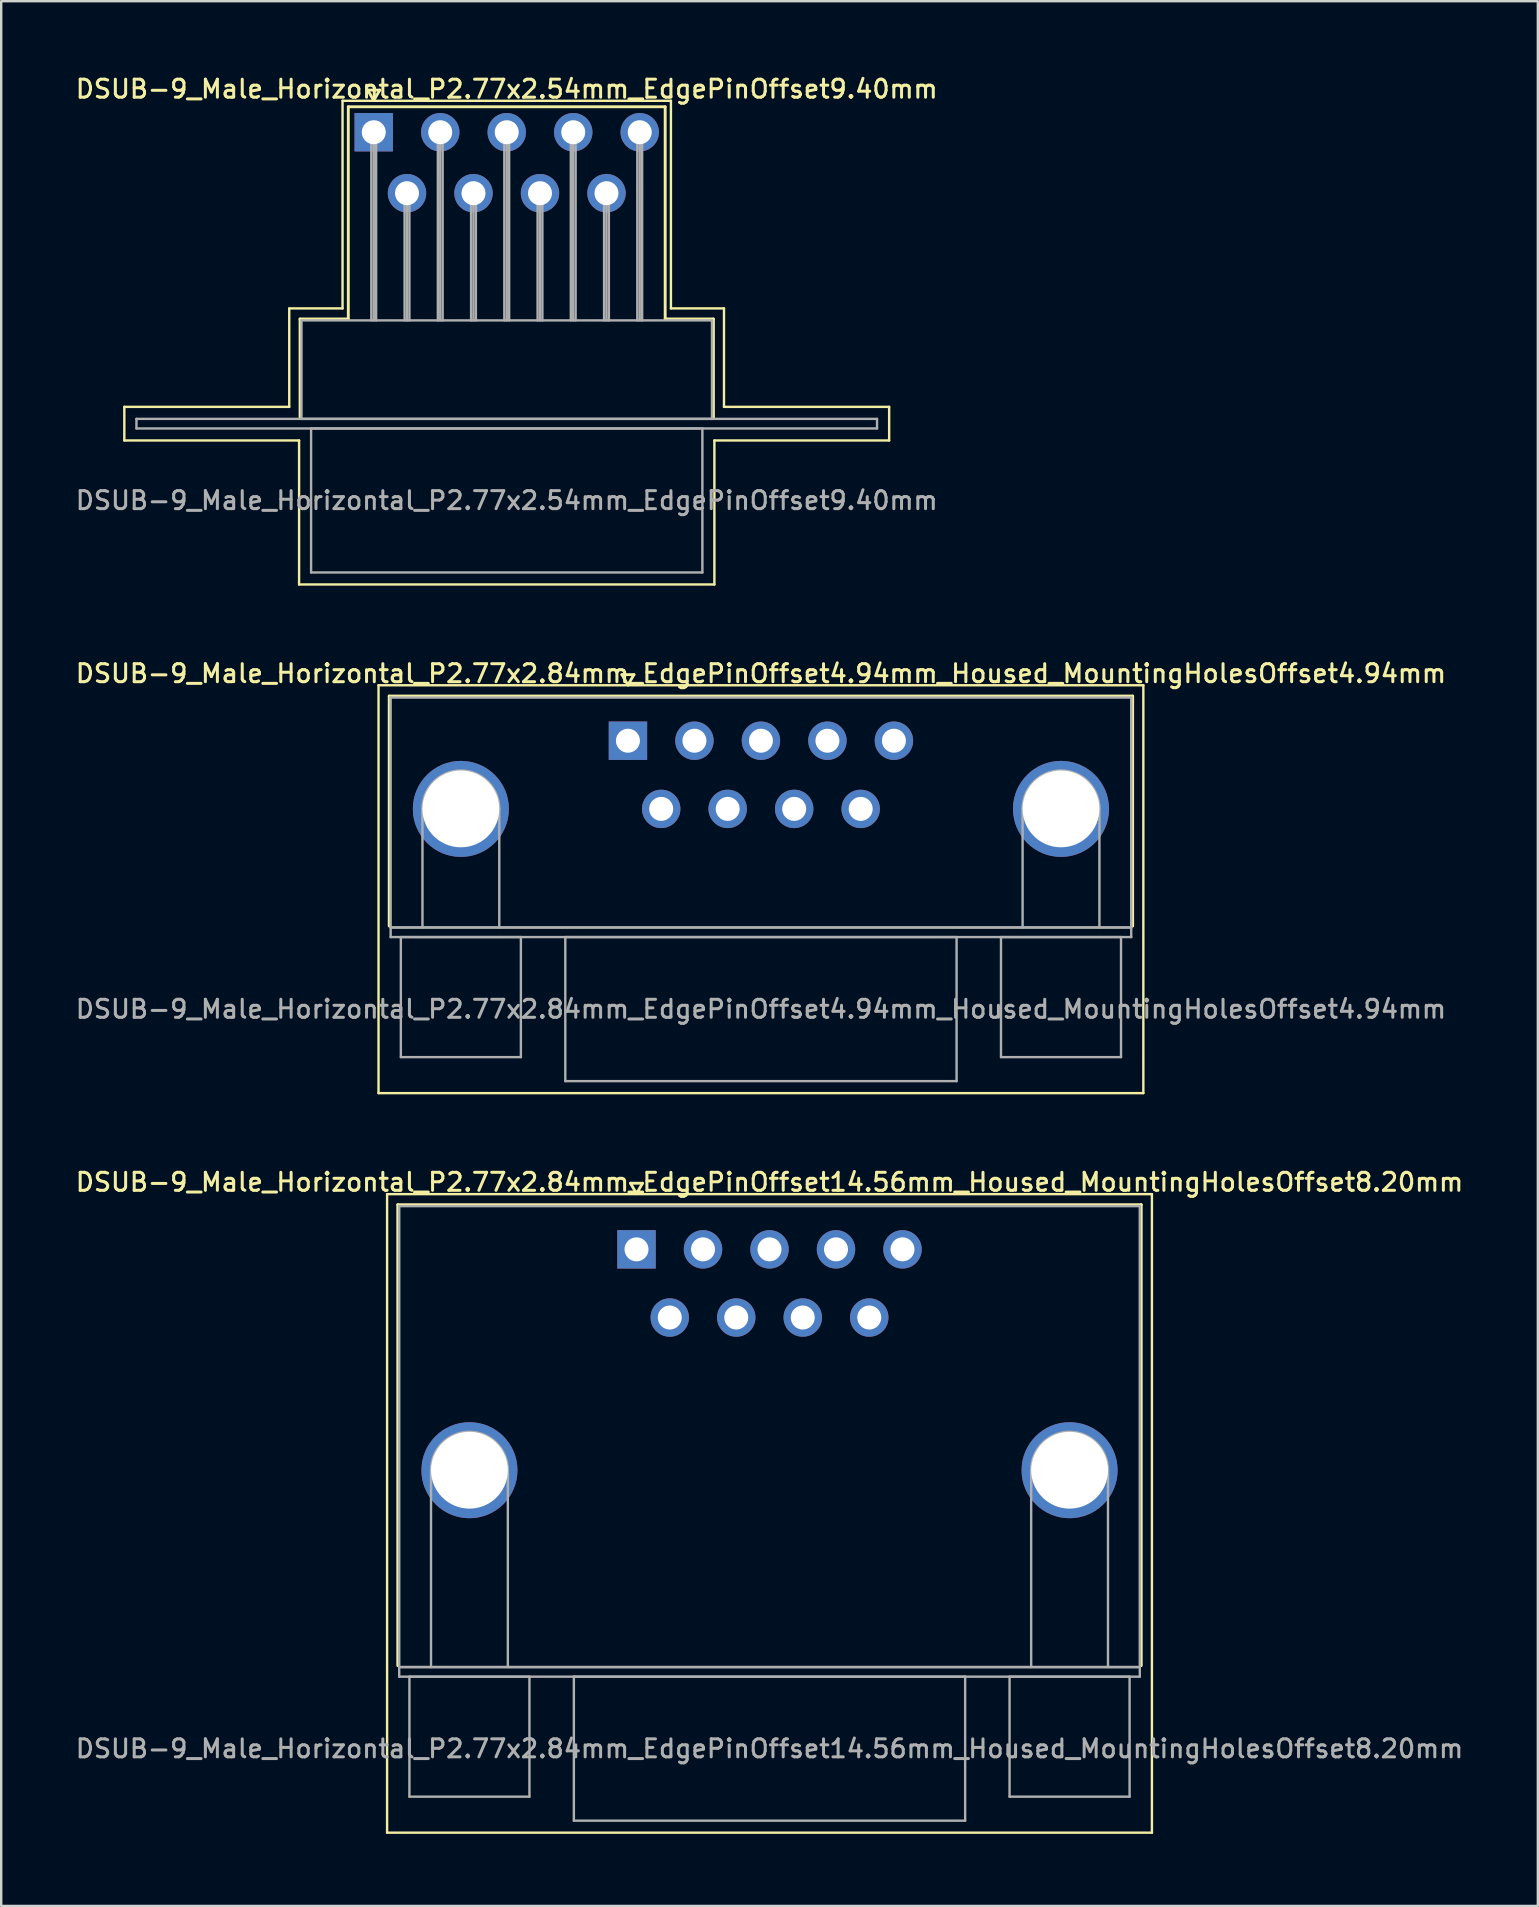
<source format=kicad_pcb>
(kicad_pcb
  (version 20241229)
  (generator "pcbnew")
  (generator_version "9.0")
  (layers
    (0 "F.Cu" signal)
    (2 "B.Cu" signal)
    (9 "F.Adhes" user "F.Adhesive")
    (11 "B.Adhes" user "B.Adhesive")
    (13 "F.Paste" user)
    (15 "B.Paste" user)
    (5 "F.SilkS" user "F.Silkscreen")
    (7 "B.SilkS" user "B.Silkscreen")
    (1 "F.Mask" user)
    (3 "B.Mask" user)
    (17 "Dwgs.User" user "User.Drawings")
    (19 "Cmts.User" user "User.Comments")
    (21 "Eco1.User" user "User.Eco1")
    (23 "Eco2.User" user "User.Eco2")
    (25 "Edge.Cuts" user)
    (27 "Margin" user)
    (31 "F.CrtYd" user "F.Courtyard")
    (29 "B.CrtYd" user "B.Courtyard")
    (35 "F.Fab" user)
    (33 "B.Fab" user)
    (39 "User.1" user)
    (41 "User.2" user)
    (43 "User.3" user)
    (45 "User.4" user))
  (footprint "DSUB-9_Male_Horizontal_P2.77x2.84mm_EdgePinOffset4.94mm_Housed_MountingHolesOffset4.94mm"
    (layer "F.Cu")
    (at 23.108 27.806)
    (property "Reference" "DSUB-9_Male_Horizontal_P2.77x2.84mm_EdgePinOffset4.94mm_Housed_MountingHolesOffset4.94mm" (at 5.54 -2.8 0) (layer "F.SilkS") (effects (font (size 0.75 0.75) (thickness 0.125))))
    (attr through_hole)
    (fp_line (start -10.39 -2.31) (end -10.39 14.68) (stroke (width 0.1) (type solid)) (layer "F.SilkS"))
    (fp_line (start -10.39 14.68) (end 21.47 14.68) (stroke (width 0.1) (type solid)) (layer "F.SilkS"))
    (fp_line (start -9.945 -1.86) (end 21.025 -1.86) (stroke (width 0.12) (type solid)) (layer "F.SilkS"))
    (fp_line (start -9.945 7.72) (end -9.945 -1.86) (stroke (width 0.12) (type solid)) (layer "F.SilkS"))
    (fp_line (start -0.25 -2.754) (end 0.25 -2.754) (stroke (width 0.12) (type solid)) (layer "F.SilkS"))
    (fp_line (start 0 -2.321) (end -0.25 -2.754) (stroke (width 0.12) (type solid)) (layer "F.SilkS"))
    (fp_line (start 0.25 -2.754) (end 0 -2.321) (stroke (width 0.12) (type solid)) (layer "F.SilkS"))
    (fp_line (start 21.025 -1.86) (end 21.025 7.72) (stroke (width 0.12) (type solid)) (layer "F.SilkS"))
    (fp_line (start 21.47 -2.31) (end -10.39 -2.31) (stroke (width 0.1) (type solid)) (layer "F.SilkS"))
    (fp_line (start 21.47 14.68) (end 21.47 -2.31) (stroke (width 0.1) (type solid)) (layer "F.SilkS"))
    (fp_line (start -9.885 -1.8) (end -9.885 7.78) (stroke (width 0.1) (type solid)) (layer "F.Fab"))
    (fp_line (start -9.885 7.78) (end -9.885 8.18) (stroke (width 0.1) (type solid)) (layer "F.Fab"))
    (fp_line (start -9.885 7.78) (end 20.965 7.78) (stroke (width 0.1) (type solid)) (layer "F.Fab"))
    (fp_line (start -9.885 8.18) (end 20.965 8.18) (stroke (width 0.1) (type solid)) (layer "F.Fab"))
    (fp_line (start -9.46 8.18) (end -9.46 13.18) (stroke (width 0.1) (type solid)) (layer "F.Fab"))
    (fp_line (start -9.46 13.18) (end -4.46 13.18) (stroke (width 0.1) (type solid)) (layer "F.Fab"))
    (fp_line (start -8.56 7.78) (end -8.56 2.84) (stroke (width 0.1) (type solid)) (layer "F.Fab"))
    (fp_line (start -5.36 7.78) (end -5.36 2.84) (stroke (width 0.1) (type solid)) (layer "F.Fab"))
    (fp_line (start -4.46 8.18) (end -9.46 8.18) (stroke (width 0.1) (type solid)) (layer "F.Fab"))
    (fp_line (start -4.46 13.18) (end -4.46 8.18) (stroke (width 0.1) (type solid)) (layer "F.Fab"))
    (fp_line (start -2.61 8.18) (end -2.61 14.18) (stroke (width 0.1) (type solid)) (layer "F.Fab"))
    (fp_line (start -2.61 14.18) (end 13.69 14.18) (stroke (width 0.1) (type solid)) (layer "F.Fab"))
    (fp_line (start 13.69 8.18) (end -2.61 8.18) (stroke (width 0.1) (type solid)) (layer "F.Fab"))
    (fp_line (start 13.69 14.18) (end 13.69 8.18) (stroke (width 0.1) (type solid)) (layer "F.Fab"))
    (fp_line (start 15.54 8.18) (end 15.54 13.18) (stroke (width 0.1) (type solid)) (layer "F.Fab"))
    (fp_line (start 15.54 13.18) (end 20.54 13.18) (stroke (width 0.1) (type solid)) (layer "F.Fab"))
    (fp_line (start 16.44 7.78) (end 16.44 2.84) (stroke (width 0.1) (type solid)) (layer "F.Fab"))
    (fp_line (start 19.64 7.78) (end 19.64 2.84) (stroke (width 0.1) (type solid)) (layer "F.Fab"))
    (fp_line (start 20.54 8.18) (end 15.54 8.18) (stroke (width 0.1) (type solid)) (layer "F.Fab"))
    (fp_line (start 20.54 13.18) (end 20.54 8.18) (stroke (width 0.1) (type solid)) (layer "F.Fab"))
    (fp_line (start 20.965 -1.8) (end -9.885 -1.8) (stroke (width 0.1) (type solid)) (layer "F.Fab"))
    (fp_line (start 20.965 7.78) (end -9.885 7.78) (stroke (width 0.1) (type solid)) (layer "F.Fab"))
    (fp_line (start 20.965 7.78) (end 20.965 -1.8) (stroke (width 0.1) (type solid)) (layer "F.Fab"))
    (fp_line (start 20.965 8.18) (end 20.965 7.78) (stroke (width 0.1) (type solid)) (layer "F.Fab"))
    (fp_arc (start -8.56 2.84) (mid -6.96 1.24) (end -5.36 2.84) (stroke (width 0.1) (type solid)) (layer "F.Fab"))
    (fp_arc (start 16.44 2.84) (mid 18.04 1.24) (end 19.64 2.84) (stroke (width 0.1) (type solid)) (layer "F.Fab"))
    (fp_text user "${REFERENCE}" (at 5.54 11.18 0) (layer "F.Fab") (effects (font (size 0.75 0.75) (thickness 0.125))))
    (pad "0" thru_hole circle (at -6.96 2.84) (size 4 4) (drill 3.2) (layers "*.Cu" "*.Mask"))
    (pad "0" thru_hole circle (at 18.04 2.84) (size 4 4) (drill 3.2) (layers "*.Cu" "*.Mask"))
    (pad "1" thru_hole rect (at 0 0) (size 1.6 1.6) (drill 1) (layers "*.Cu" "*.Mask"))
    (pad "2" thru_hole circle (at 2.77 0) (size 1.6 1.6) (drill 1) (layers "*.Cu" "*.Mask"))
    (pad "3" thru_hole circle (at 5.54 0) (size 1.6 1.6) (drill 1) (layers "*.Cu" "*.Mask"))
    (pad "4" thru_hole circle (at 8.31 0) (size 1.6 1.6) (drill 1) (layers "*.Cu" "*.Mask"))
    (pad "5" thru_hole circle (at 11.08 0) (size 1.6 1.6) (drill 1) (layers "*.Cu" "*.Mask"))
    (pad "6" thru_hole circle (at 1.385 2.84) (size 1.6 1.6) (drill 1) (layers "*.Cu" "*.Mask"))
    (pad "7" thru_hole circle (at 4.155 2.84) (size 1.6 1.6) (drill 1) (layers "*.Cu" "*.Mask"))
    (pad "8" thru_hole circle (at 6.925 2.84) (size 1.6 1.6) (drill 1) (layers "*.Cu" "*.Mask"))
    (pad "9" thru_hole circle (at 9.695 2.84) (size 1.6 1.6) (drill 1) (layers "*.Cu" "*.Mask")))
  (footprint "DSUB-9_Male_Horizontal_P2.77x2.84mm_EdgePinOffset14.56mm_Housed_MountingHolesOffset8.20mm"
    (layer "F.Cu")
    (at 23.465 48.994)
    (property "Reference" "DSUB-9_Male_Horizontal_P2.77x2.84mm_EdgePinOffset14.56mm_Housed_MountingHolesOffset8.20mm" (at 5.54 -2.8 0) (layer "F.SilkS") (effects (font (size 0.75 0.75) (thickness 0.125))))
    (attr through_hole)
    (fp_line (start -10.39 -2.3) (end -10.39 24.3) (stroke (width 0.1) (type solid)) (layer "F.SilkS"))
    (fp_line (start -10.39 24.3) (end 21.47 24.3) (stroke (width 0.1) (type solid)) (layer "F.SilkS"))
    (fp_line (start -9.945 -1.86) (end 21.025 -1.86) (stroke (width 0.12) (type solid)) (layer "F.SilkS"))
    (fp_line (start -9.945 17.34) (end -9.945 -1.86) (stroke (width 0.12) (type solid)) (layer "F.SilkS"))
    (fp_line (start -0.25 -2.754) (end 0.25 -2.754) (stroke (width 0.12) (type solid)) (layer "F.SilkS"))
    (fp_line (start 0 -2.321) (end -0.25 -2.754) (stroke (width 0.12) (type solid)) (layer "F.SilkS"))
    (fp_line (start 0.25 -2.754) (end 0 -2.321) (stroke (width 0.12) (type solid)) (layer "F.SilkS"))
    (fp_line (start 21.025 -1.86) (end 21.025 17.34) (stroke (width 0.12) (type solid)) (layer "F.SilkS"))
    (fp_line (start 21.47 -2.3) (end -10.39 -2.3) (stroke (width 0.1) (type solid)) (layer "F.SilkS"))
    (fp_line (start 21.47 24.3) (end 21.47 -2.3) (stroke (width 0.1) (type solid)) (layer "F.SilkS"))
    (fp_line (start -9.885 -1.8) (end -9.885 17.4) (stroke (width 0.1) (type solid)) (layer "F.Fab"))
    (fp_line (start -9.885 17.4) (end -9.885 17.8) (stroke (width 0.1) (type solid)) (layer "F.Fab"))
    (fp_line (start -9.885 17.4) (end 20.965 17.4) (stroke (width 0.1) (type solid)) (layer "F.Fab"))
    (fp_line (start -9.885 17.8) (end 20.965 17.8) (stroke (width 0.1) (type solid)) (layer "F.Fab"))
    (fp_line (start -9.46 17.8) (end -9.46 22.8) (stroke (width 0.1) (type solid)) (layer "F.Fab"))
    (fp_line (start -9.46 22.8) (end -4.46 22.8) (stroke (width 0.1) (type solid)) (layer "F.Fab"))
    (fp_line (start -8.56 17.4) (end -8.56 9.2) (stroke (width 0.1) (type solid)) (layer "F.Fab"))
    (fp_line (start -5.36 17.4) (end -5.36 9.2) (stroke (width 0.1) (type solid)) (layer "F.Fab"))
    (fp_line (start -4.46 17.8) (end -9.46 17.8) (stroke (width 0.1) (type solid)) (layer "F.Fab"))
    (fp_line (start -4.46 22.8) (end -4.46 17.8) (stroke (width 0.1) (type solid)) (layer "F.Fab"))
    (fp_line (start -2.61 17.8) (end -2.61 23.8) (stroke (width 0.1) (type solid)) (layer "F.Fab"))
    (fp_line (start -2.61 23.8) (end 13.69 23.8) (stroke (width 0.1) (type solid)) (layer "F.Fab"))
    (fp_line (start 13.69 17.8) (end -2.61 17.8) (stroke (width 0.1) (type solid)) (layer "F.Fab"))
    (fp_line (start 13.69 23.8) (end 13.69 17.8) (stroke (width 0.1) (type solid)) (layer "F.Fab"))
    (fp_line (start 15.54 17.8) (end 15.54 22.8) (stroke (width 0.1) (type solid)) (layer "F.Fab"))
    (fp_line (start 15.54 22.8) (end 20.54 22.8) (stroke (width 0.1) (type solid)) (layer "F.Fab"))
    (fp_line (start 16.44 17.4) (end 16.44 9.2) (stroke (width 0.1) (type solid)) (layer "F.Fab"))
    (fp_line (start 19.64 17.4) (end 19.64 9.2) (stroke (width 0.1) (type solid)) (layer "F.Fab"))
    (fp_line (start 20.54 17.8) (end 15.54 17.8) (stroke (width 0.1) (type solid)) (layer "F.Fab"))
    (fp_line (start 20.54 22.8) (end 20.54 17.8) (stroke (width 0.1) (type solid)) (layer "F.Fab"))
    (fp_line (start 20.965 -1.8) (end -9.885 -1.8) (stroke (width 0.1) (type solid)) (layer "F.Fab"))
    (fp_line (start 20.965 17.4) (end -9.885 17.4) (stroke (width 0.1) (type solid)) (layer "F.Fab"))
    (fp_line (start 20.965 17.4) (end 20.965 -1.8) (stroke (width 0.1) (type solid)) (layer "F.Fab"))
    (fp_line (start 20.965 17.8) (end 20.965 17.4) (stroke (width 0.1) (type solid)) (layer "F.Fab"))
    (fp_arc (start -8.56 9.2) (mid -6.96 7.6) (end -5.36 9.2) (stroke (width 0.1) (type solid)) (layer "F.Fab"))
    (fp_arc (start 16.44 9.2) (mid 18.04 7.6) (end 19.64 9.2) (stroke (width 0.1) (type solid)) (layer "F.Fab"))
    (fp_text user "${REFERENCE}" (at 5.54 20.8 0) (layer "F.Fab") (effects (font (size 0.75 0.75) (thickness 0.125))))
    (pad "0" thru_hole circle (at -6.96 9.2) (size 4 4) (drill 3.2) (layers "*.Cu" "*.Mask"))
    (pad "0" thru_hole circle (at 18.04 9.2) (size 4 4) (drill 3.2) (layers "*.Cu" "*.Mask"))
    (pad "1" thru_hole rect (at 0 0) (size 1.6 1.6) (drill 1) (layers "*.Cu" "*.Mask"))
    (pad "2" thru_hole circle (at 2.77 0) (size 1.6 1.6) (drill 1) (layers "*.Cu" "*.Mask"))
    (pad "3" thru_hole circle (at 5.54 0) (size 1.6 1.6) (drill 1) (layers "*.Cu" "*.Mask"))
    (pad "4" thru_hole circle (at 8.31 0) (size 1.6 1.6) (drill 1) (layers "*.Cu" "*.Mask"))
    (pad "5" thru_hole circle (at 11.08 0) (size 1.6 1.6) (drill 1) (layers "*.Cu" "*.Mask"))
    (pad "6" thru_hole circle (at 1.385 2.84) (size 1.6 1.6) (drill 1) (layers "*.Cu" "*.Mask"))
    (pad "7" thru_hole circle (at 4.155 2.84) (size 1.6 1.6) (drill 1) (layers "*.Cu" "*.Mask"))
    (pad "8" thru_hole circle (at 6.925 2.84) (size 1.6 1.6) (drill 1) (layers "*.Cu" "*.Mask"))
    (pad "9" thru_hole circle (at 9.695 2.84) (size 1.6 1.6) (drill 1) (layers "*.Cu" "*.Mask")))
  (footprint "DSUB-9_Male_Horizontal_P2.77x2.54mm_EdgePinOffset9.40mm"
    (layer "F.Cu")
    (at 12.519 2.458)
    (property "Reference" "DSUB-9_Male_Horizontal_P2.77x2.54mm_EdgePinOffset9.40mm" (at 5.54 -1.8 0) (layer "F.SilkS") (effects (font (size 0.75 0.75) (thickness 0.125))))
    (attr through_hole)
    (fp_line (start -10.39 11.44) (end -3.52 11.44) (stroke (width 0.1) (type solid)) (layer "F.SilkS"))
    (fp_line (start -10.39 12.84) (end -10.39 11.44) (stroke (width 0.1) (type solid)) (layer "F.SilkS"))
    (fp_line (start -3.52 7.34) (end -1.3 7.34) (stroke (width 0.1) (type solid)) (layer "F.SilkS"))
    (fp_line (start -3.52 11.44) (end -3.52 7.34) (stroke (width 0.1) (type solid)) (layer "F.SilkS"))
    (fp_line (start -3.11 12.84) (end -10.39 12.84) (stroke (width 0.1) (type solid)) (layer "F.SilkS"))
    (fp_line (start -3.11 18.84) (end -3.11 12.84) (stroke (width 0.1) (type solid)) (layer "F.SilkS"))
    (fp_line (start -3.07 7.78) (end -1.06 7.78) (stroke (width 0.12) (type solid)) (layer "F.SilkS"))
    (fp_line (start -3.07 11.88) (end -3.07 7.78) (stroke (width 0.12) (type solid)) (layer "F.SilkS"))
    (fp_line (start -1.3 -1.31) (end 12.38 -1.31) (stroke (width 0.1) (type solid)) (layer "F.SilkS"))
    (fp_line (start -1.3 7.34) (end -1.3 -1.31) (stroke (width 0.1) (type solid)) (layer "F.SilkS"))
    (fp_line (start -1.06 -1.06) (end 12.14 -1.06) (stroke (width 0.12) (type solid)) (layer "F.SilkS"))
    (fp_line (start -1.06 7.78) (end -1.06 -1.06) (stroke (width 0.12) (type solid)) (layer "F.SilkS"))
    (fp_line (start -0.25 -1.754) (end 0.25 -1.754) (stroke (width 0.12) (type solid)) (layer "F.SilkS"))
    (fp_line (start 0 -1.321) (end -0.25 -1.754) (stroke (width 0.12) (type solid)) (layer "F.SilkS"))
    (fp_line (start 0.25 -1.754) (end 0 -1.321) (stroke (width 0.12) (type solid)) (layer "F.SilkS"))
    (fp_line (start 12.14 -1.06) (end 12.14 7.78) (stroke (width 0.12) (type solid)) (layer "F.SilkS"))
    (fp_line (start 12.14 7.78) (end 14.15 7.78) (stroke (width 0.12) (type solid)) (layer "F.SilkS"))
    (fp_line (start 12.38 -1.31) (end 12.38 7.34) (stroke (width 0.1) (type solid)) (layer "F.SilkS"))
    (fp_line (start 12.38 7.34) (end 14.59 7.34) (stroke (width 0.1) (type solid)) (layer "F.SilkS"))
    (fp_line (start 14.15 7.78) (end 14.15 11.88) (stroke (width 0.12) (type solid)) (layer "F.SilkS"))
    (fp_line (start 14.19 12.84) (end 14.19 18.84) (stroke (width 0.1) (type solid)) (layer "F.SilkS"))
    (fp_line (start 14.19 18.84) (end -3.11 18.84) (stroke (width 0.1) (type solid)) (layer "F.SilkS"))
    (fp_line (start 14.59 7.34) (end 14.59 11.44) (stroke (width 0.1) (type solid)) (layer "F.SilkS"))
    (fp_line (start 14.59 11.44) (end 21.47 11.44) (stroke (width 0.1) (type solid)) (layer "F.SilkS"))
    (fp_line (start 21.47 11.44) (end 21.47 12.84) (stroke (width 0.1) (type solid)) (layer "F.SilkS"))
    (fp_line (start 21.47 12.84) (end 14.19 12.84) (stroke (width 0.1) (type solid)) (layer "F.SilkS"))
    (fp_line (start -9.885 11.94) (end -9.885 12.34) (stroke (width 0.1) (type solid)) (layer "F.Fab"))
    (fp_line (start -9.885 12.34) (end 20.965 12.34) (stroke (width 0.1) (type solid)) (layer "F.Fab"))
    (fp_line (start -3.01 7.84) (end -3.01 11.94) (stroke (width 0.1) (type solid)) (layer "F.Fab"))
    (fp_line (start -3.01 11.94) (end 14.09 11.94) (stroke (width 0.1) (type solid)) (layer "F.Fab"))
    (fp_line (start -2.61 12.34) (end -2.61 18.34) (stroke (width 0.1) (type solid)) (layer "F.Fab"))
    (fp_line (start -2.61 18.34) (end 13.69 18.34) (stroke (width 0.1) (type solid)) (layer "F.Fab"))
    (fp_line (start -0.1 0) (end -0.1 7.84) (stroke (width 0.1) (type solid)) (layer "F.Fab"))
    (fp_line (start 0 0) (end 0 7.84) (stroke (width 0.1) (type solid)) (layer "F.Fab"))
    (fp_line (start 0.1 0) (end 0.1 7.84) (stroke (width 0.1) (type solid)) (layer "F.Fab"))
    (fp_line (start 1.285 2.54) (end 1.285 7.84) (stroke (width 0.1) (type solid)) (layer "F.Fab"))
    (fp_line (start 1.385 2.54) (end 1.385 7.84) (stroke (width 0.1) (type solid)) (layer "F.Fab"))
    (fp_line (start 1.485 2.54) (end 1.485 7.84) (stroke (width 0.1) (type solid)) (layer "F.Fab"))
    (fp_line (start 2.67 0) (end 2.67 7.84) (stroke (width 0.1) (type solid)) (layer "F.Fab"))
    (fp_line (start 2.77 0) (end 2.77 7.84) (stroke (width 0.1) (type solid)) (layer "F.Fab"))
    (fp_line (start 2.87 0) (end 2.87 7.84) (stroke (width 0.1) (type solid)) (layer "F.Fab"))
    (fp_line (start 4.055 2.54) (end 4.055 7.84) (stroke (width 0.1) (type solid)) (layer "F.Fab"))
    (fp_line (start 4.155 2.54) (end 4.155 7.84) (stroke (width 0.1) (type solid)) (layer "F.Fab"))
    (fp_line (start 4.255 2.54) (end 4.255 7.84) (stroke (width 0.1) (type solid)) (layer "F.Fab"))
    (fp_line (start 5.44 0) (end 5.44 7.84) (stroke (width 0.1) (type solid)) (layer "F.Fab"))
    (fp_line (start 5.54 0) (end 5.54 7.84) (stroke (width 0.1) (type solid)) (layer "F.Fab"))
    (fp_line (start 5.64 0) (end 5.64 7.84) (stroke (width 0.1) (type solid)) (layer "F.Fab"))
    (fp_line (start 6.825 2.54) (end 6.825 7.84) (stroke (width 0.1) (type solid)) (layer "F.Fab"))
    (fp_line (start 6.925 2.54) (end 6.925 7.84) (stroke (width 0.1) (type solid)) (layer "F.Fab"))
    (fp_line (start 7.025 2.54) (end 7.025 7.84) (stroke (width 0.1) (type solid)) (layer "F.Fab"))
    (fp_line (start 8.21 0) (end 8.21 7.84) (stroke (width 0.1) (type solid)) (layer "F.Fab"))
    (fp_line (start 8.31 0) (end 8.31 7.84) (stroke (width 0.1) (type solid)) (layer "F.Fab"))
    (fp_line (start 8.41 0) (end 8.41 7.84) (stroke (width 0.1) (type solid)) (layer "F.Fab"))
    (fp_line (start 9.595 2.54) (end 9.595 7.84) (stroke (width 0.1) (type solid)) (layer "F.Fab"))
    (fp_line (start 9.695 2.54) (end 9.695 7.84) (stroke (width 0.1) (type solid)) (layer "F.Fab"))
    (fp_line (start 9.795 2.54) (end 9.795 7.84) (stroke (width 0.1) (type solid)) (layer "F.Fab"))
    (fp_line (start 10.98 0) (end 10.98 7.84) (stroke (width 0.1) (type solid)) (layer "F.Fab"))
    (fp_line (start 11.08 0) (end 11.08 7.84) (stroke (width 0.1) (type solid)) (layer "F.Fab"))
    (fp_line (start 11.18 0) (end 11.18 7.84) (stroke (width 0.1) (type solid)) (layer "F.Fab"))
    (fp_line (start 13.69 12.34) (end -2.61 12.34) (stroke (width 0.1) (type solid)) (layer "F.Fab"))
    (fp_line (start 13.69 18.34) (end 13.69 12.34) (stroke (width 0.1) (type solid)) (layer "F.Fab"))
    (fp_line (start 14.09 7.84) (end -3.01 7.84) (stroke (width 0.1) (type solid)) (layer "F.Fab"))
    (fp_line (start 14.09 11.94) (end 14.09 7.84) (stroke (width 0.1) (type solid)) (layer "F.Fab"))
    (fp_line (start 20.965 11.94) (end -9.885 11.94) (stroke (width 0.1) (type solid)) (layer "F.Fab"))
    (fp_line (start 20.965 12.34) (end 20.965 11.94) (stroke (width 0.1) (type solid)) (layer "F.Fab"))
    (fp_text user "${REFERENCE}" (at 5.54 15.34 0) (layer "F.Fab") (effects (font (size 0.75 0.75) (thickness 0.125))))
    (pad "1" thru_hole rect (at 0 0) (size 1.6 1.6) (drill 1) (layers "*.Cu" "*.Mask"))
    (pad "2" thru_hole circle (at 2.77 0) (size 1.6 1.6) (drill 1) (layers "*.Cu" "*.Mask"))
    (pad "3" thru_hole circle (at 5.54 0) (size 1.6 1.6) (drill 1) (layers "*.Cu" "*.Mask"))
    (pad "4" thru_hole circle (at 8.31 0) (size 1.6 1.6) (drill 1) (layers "*.Cu" "*.Mask"))
    (pad "5" thru_hole circle (at 11.08 0) (size 1.6 1.6) (drill 1) (layers "*.Cu" "*.Mask"))
    (pad "6" thru_hole circle (at 1.385 2.54) (size 1.6 1.6) (drill 1) (layers "*.Cu" "*.Mask"))
    (pad "7" thru_hole circle (at 4.155 2.54) (size 1.6 1.6) (drill 1) (layers "*.Cu" "*.Mask"))
    (pad "8" thru_hole circle (at 6.925 2.54) (size 1.6 1.6) (drill 1) (layers "*.Cu" "*.Mask"))
    (pad "9" thru_hole circle (at 9.695 2.54) (size 1.6 1.6) (drill 1) (layers "*.Cu" "*.Mask")))
  (gr_rect
    (start -3 -3)
    (end 61.011 76.344)
    (stroke (width 0.1) (type default))
    (fill no)
    (layer "Edge.Cuts")))
</source>
